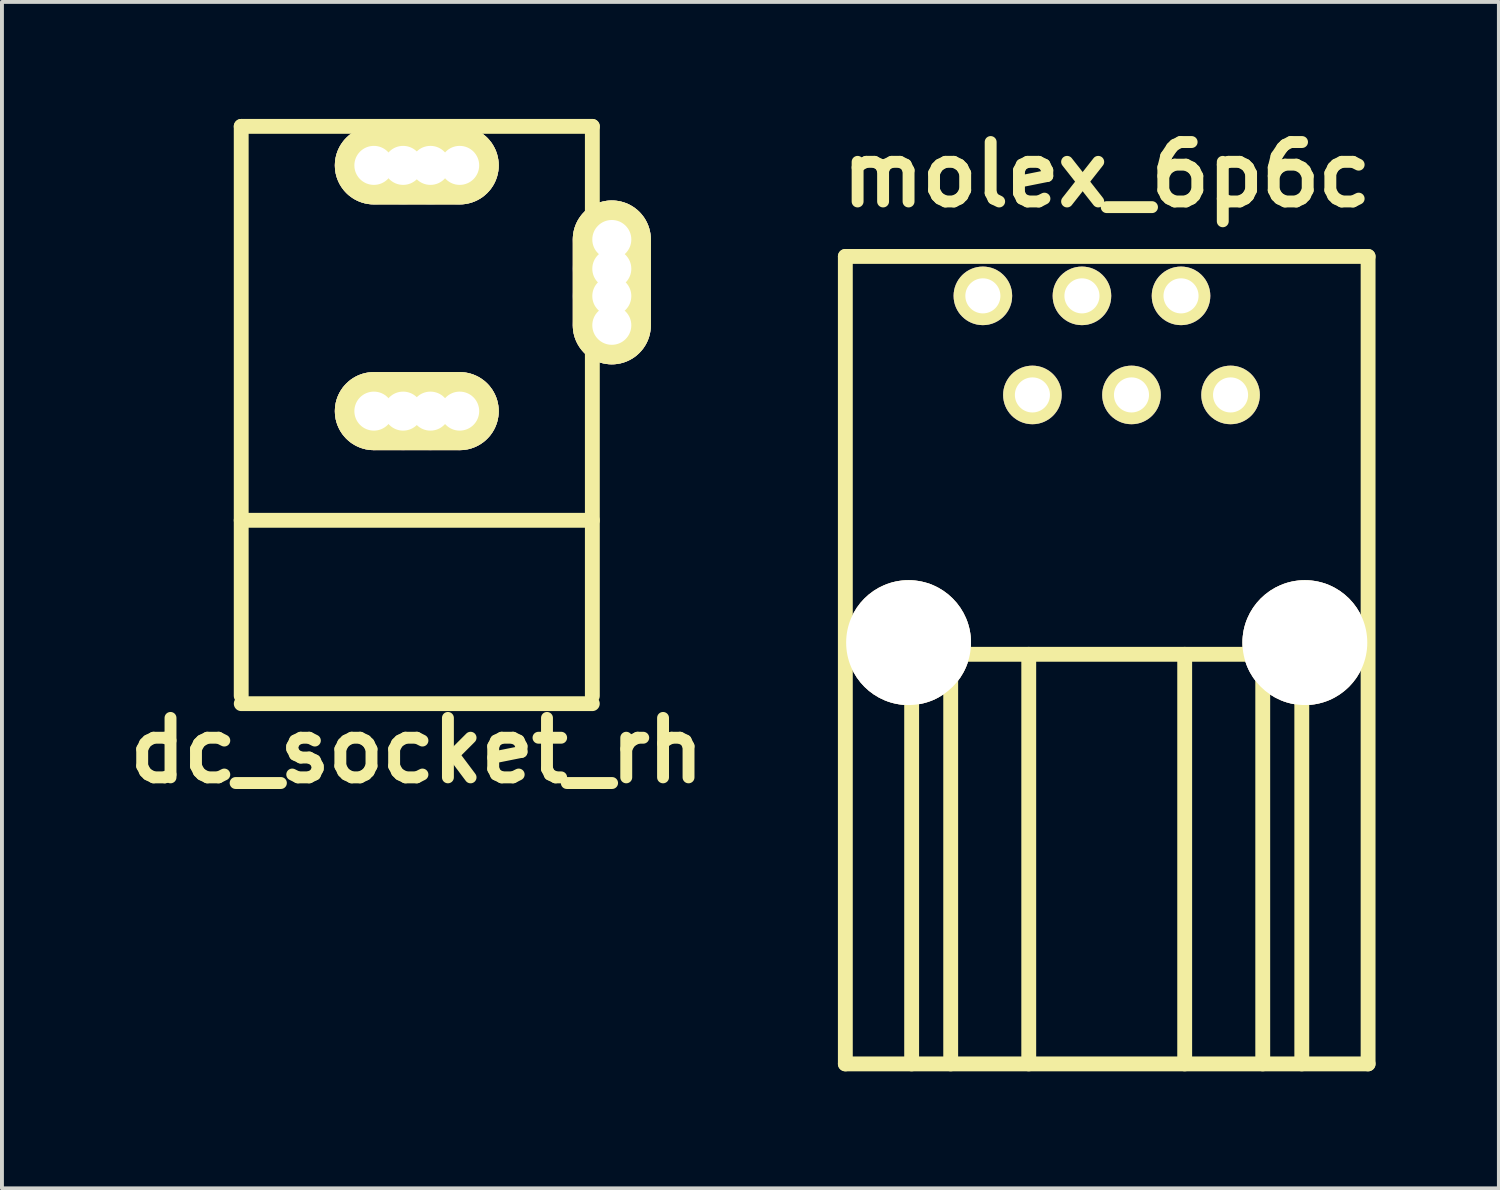
<source format=kicad_pcb>
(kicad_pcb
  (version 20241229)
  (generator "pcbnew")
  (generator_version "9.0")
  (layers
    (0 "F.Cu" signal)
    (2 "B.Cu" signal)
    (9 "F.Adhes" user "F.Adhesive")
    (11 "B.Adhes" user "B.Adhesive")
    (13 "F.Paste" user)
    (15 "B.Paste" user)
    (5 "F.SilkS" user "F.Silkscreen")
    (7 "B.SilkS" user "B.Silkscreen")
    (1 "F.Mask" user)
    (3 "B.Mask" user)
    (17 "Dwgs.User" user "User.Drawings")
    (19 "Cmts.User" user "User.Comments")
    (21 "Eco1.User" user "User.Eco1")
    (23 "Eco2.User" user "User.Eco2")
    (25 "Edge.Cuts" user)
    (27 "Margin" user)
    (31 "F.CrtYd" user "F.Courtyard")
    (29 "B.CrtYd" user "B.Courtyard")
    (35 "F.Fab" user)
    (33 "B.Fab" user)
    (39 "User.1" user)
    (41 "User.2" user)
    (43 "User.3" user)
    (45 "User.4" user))
  (footprint "dc_socket_rh"
    (layer "F.Cu")
    (at 7.635 7.49)
    (property "Reference" "dc_socket_rh" (at 0 8.7 0) (layer "F.SilkS") (effects (font (size 1.524 1.524) (thickness 0.305))))
    (attr through_hole)
    (fp_line (start -4.501 -7.3) (end -4.501 7.3) (stroke (width 0.381) (type solid)) (layer "F.SilkS"))
    (fp_line (start -4.501 2.799) (end 4.501 2.799) (stroke (width 0.381) (type solid)) (layer "F.SilkS"))
    (fp_line (start -4.5 7.5) (end 4.5 7.5) (stroke (width 0.381) (type solid)) (layer "F.SilkS"))
    (fp_line (start 4.501 -7.3) (end -4.501 -7.3) (stroke (width 0.381) (type solid)) (layer "F.SilkS"))
    (fp_line (start 4.501 7.3) (end 4.501 -7.3) (stroke (width 0.381) (type solid)) (layer "F.SilkS"))
    (pad "1" thru_hole circle (at 5 -4.4) (size 2 2) (drill 1) (layers "*.Cu"))
    (pad "1" thru_hole circle (at 5 -3.65) (size 2 2) (drill 1) (layers "*.Cu"))
    (pad "1" smd oval (at 5 -3.3) (size 2 4.2) (layers "F.Cu" "F.Mask" "F.SilkS"))
    (pad "1" smd oval (at 5 -3.3) (size 2 4.2) (layers "F.Mask" "B.Cu" "F.SilkS"))
    (pad "1" thru_hole circle (at 5 -2.95) (size 2 2) (drill 1) (layers "*.Cu"))
    (pad "1" thru_hole circle (at 5 -2.2) (size 2 2) (drill 1) (layers "*.Cu"))
    (pad "2" thru_hole circle (at -1.1 0) (size 2 2) (drill 1) (layers "*.Cu"))
    (pad "2" thru_hole circle (at -0.35 0) (size 2 2) (drill 1) (layers "*.Cu"))
    (pad "2" smd oval (at 0 0) (size 4.2 2) (layers "F.Cu" "F.Mask" "F.SilkS"))
    (pad "2" smd oval (at 0 0) (size 4.2 2) (layers "F.Mask" "B.Cu" "F.SilkS"))
    (pad "2" thru_hole circle (at 0.35 0) (size 2 2) (drill 1) (layers "*.Cu"))
    (pad "2" thru_hole circle (at 1.1 0) (size 2 2) (drill 1) (layers "*.Cu"))
    (pad "3" thru_hole circle (at -1.1 -6.3) (size 2 2) (drill 1) (layers "*.Cu"))
    (pad "3" thru_hole circle (at -0.35 -6.3) (size 2 2) (drill 1) (layers "*.Cu"))
    (pad "3" smd oval (at 0 -6.3) (size 4.2 2) (layers "F.Cu" "F.Mask" "F.SilkS"))
    (pad "3" smd oval (at 0 -6.3) (size 4.2 2) (layers "F.Mask" "B.Cu" "F.SilkS"))
    (pad "3" thru_hole circle (at 0.35 -6.3) (size 2 2) (drill 1) (layers "*.Cu"))
    (pad "3" thru_hole circle (at 1.1 -6.3) (size 2 2) (drill 1) (layers "*.Cu")))
  (footprint "molex_6p6c"
    (layer "F.Cu")
    (at 25.323 13.425)
    (property "Reference" "molex_6p6c" (at 0 -11.999 0) (layer "F.SilkS") (effects (font (size 1.524 1.524) (thickness 0.305))))
    (attr through_hole)
    (fp_line (start -6.701 -9.901) (end -6.701 10.8) (stroke (width 0.381) (type solid)) (layer "F.SilkS"))
    (fp_line (start -6.701 -9.901) (end 6.701 -9.901) (stroke (width 0.381) (type solid)) (layer "F.SilkS"))
    (fp_line (start -5.001 0.3) (end -5.001 10.8) (stroke (width 0.381) (type solid)) (layer "F.SilkS"))
    (fp_line (start -5.001 0.3) (end 5.001 0.3) (stroke (width 0.381) (type solid)) (layer "F.SilkS"))
    (fp_line (start -4 10.8) (end -4 0.3) (stroke (width 0.381) (type solid)) (layer "F.SilkS"))
    (fp_line (start -1.999 10.8) (end -1.999 0.3) (stroke (width 0.381) (type solid)) (layer "F.SilkS"))
    (fp_line (start 1.999 10.8) (end 1.999 0.3) (stroke (width 0.381) (type solid)) (layer "F.SilkS"))
    (fp_line (start 4 0.3) (end 4 10.8) (stroke (width 0.381) (type solid)) (layer "F.SilkS"))
    (fp_line (start 5.001 0.3) (end 5.001 10.8) (stroke (width 0.381) (type solid)) (layer "F.SilkS"))
    (fp_line (start 6.701 -9.901) (end 6.701 10.8) (stroke (width 0.381) (type solid)) (layer "F.SilkS"))
    (fp_line (start 6.701 10.8) (end -6.701 10.8) (stroke (width 0.381) (type solid)) (layer "F.SilkS"))
    (pad "" thru_hole circle (at -5.08 0) (size 3.2 3.2) (drill 3.2) (layers "*.Cu" "*.Mask" "F.SilkS"))
    (pad "" thru_hole circle (at 5.08 0) (size 3.2 3.2) (drill 3.2) (layers "*.Cu" "*.Mask" "F.SilkS"))
    (pad "1" thru_hole circle (at -3.175 -8.89) (size 1.501 1.501) (drill 0.899) (layers "*.Cu" "*.Mask" "F.SilkS"))
    (pad "2" thru_hole circle (at -1.905 -6.35) (size 1.501 1.501) (drill 0.899) (layers "*.Cu" "*.Mask" "F.SilkS"))
    (pad "3" thru_hole circle (at -0.635 -8.89) (size 1.501 1.501) (drill 0.899) (layers "*.Cu" "*.Mask" "F.SilkS"))
    (pad "4" thru_hole circle (at 0.635 -6.35) (size 1.501 1.501) (drill 0.899) (layers "*.Cu" "*.Mask" "F.SilkS"))
    (pad "5" thru_hole circle (at 1.905 -8.89) (size 1.501 1.501) (drill 0.899) (layers "*.Cu" "*.Mask" "F.SilkS"))
    (pad "6" thru_hole circle (at 3.175 -6.35) (size 1.501 1.501) (drill 0.899) (layers "*.Cu" "*.Mask" "F.SilkS")))
  (gr_rect
    (start -3 -3)
    (end 35.377 27.416)
    (stroke (width 0.1) (type default))
    (fill no)
    (layer "Edge.Cuts")))
</source>
